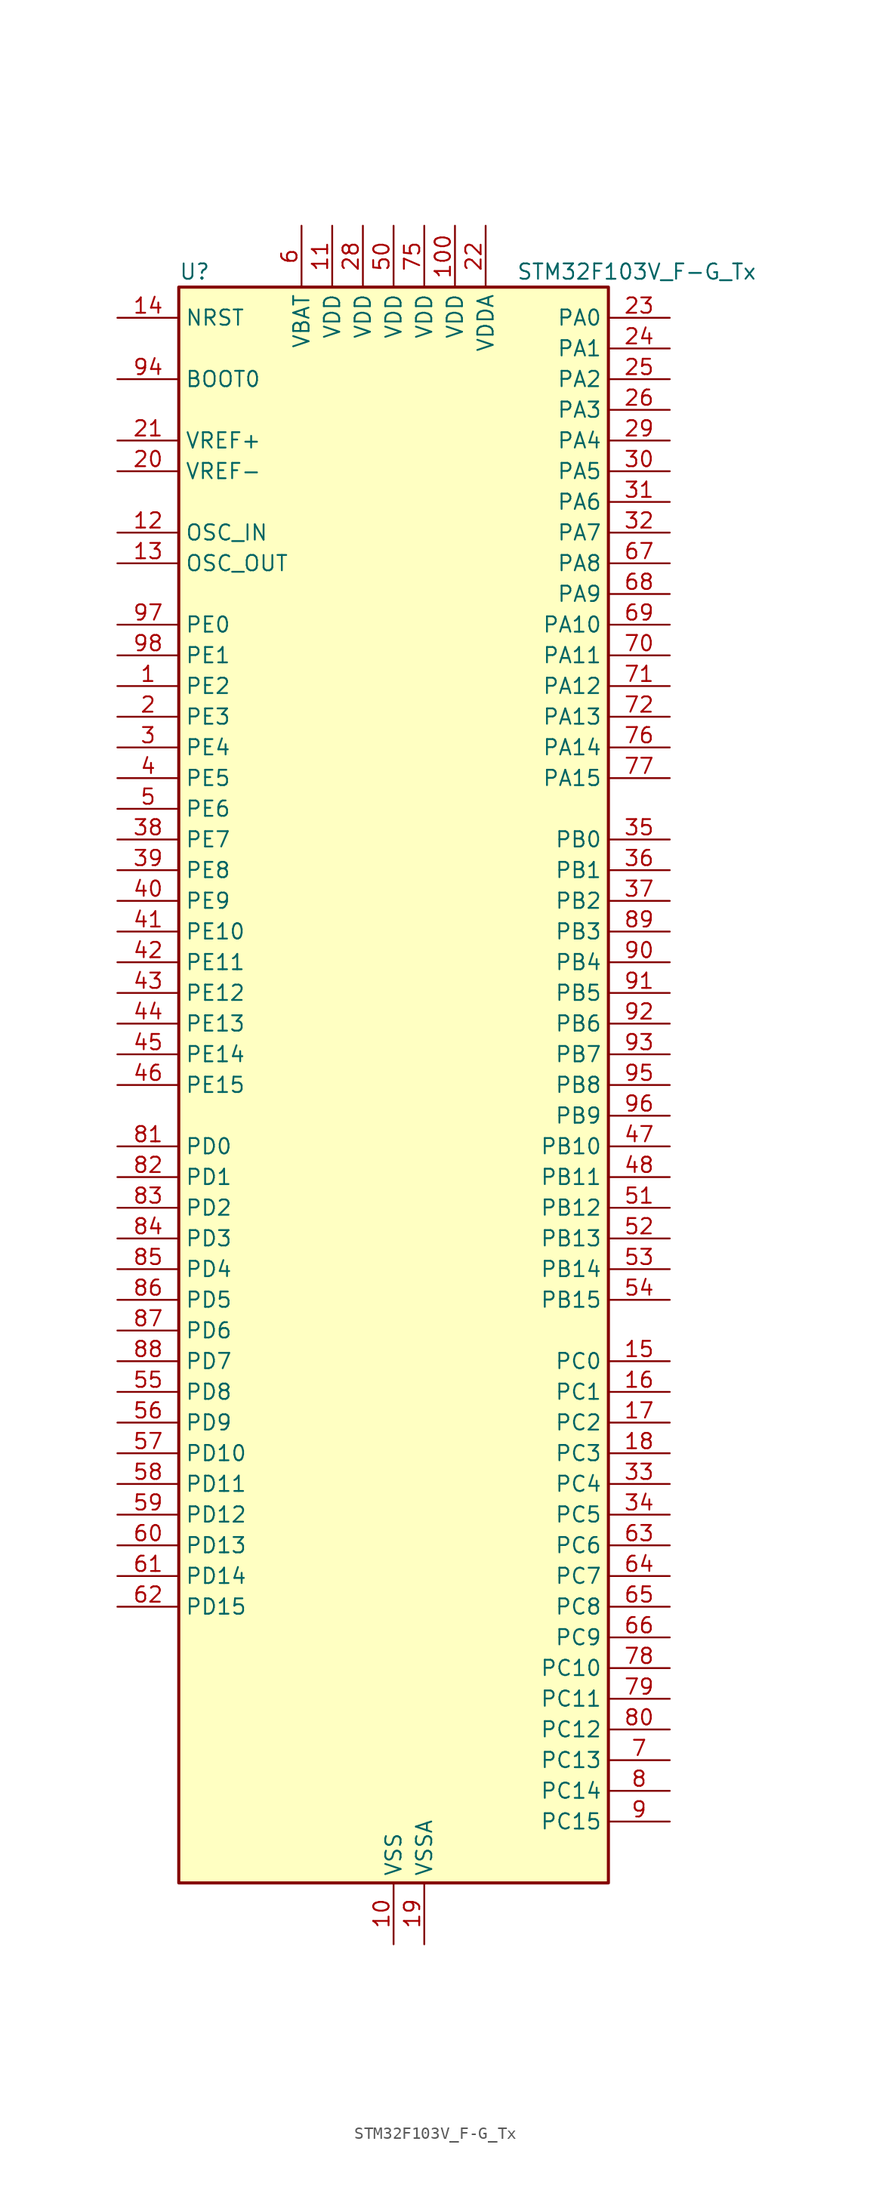
<source format=kicad_sym>
(kicad_symbol_lib
  (version 20220914)
  (generator kicad_symbol_editor)
  (symbol "STM32F103V_F-G_Tx"
    (property "Reference" "U"
      (at -17.78 67.31 0)
      (effects (font (size 1.27 1.27)) (justify left)))
    (property "Value" "STM32F103V_F-G_Tx"
      (at 10.16 67.31 0)
      (effects (font (size 1.27 1.27)) (justify left)))
    (property "ki_locked" ""
      (at 0 0 0)
      (effects (font (size 1.27 1.27))))
    (symbol "STM32F103V_F-G_Tx_0_1"
      (rectangle (start -17.78 -66.04) (end 17.78 66.04) (stroke (width 0.254) (type default)) (fill (type background))))
    (symbol "STM32F103V_F-G_Tx_1_1"
      (pin bidirectional line (at -22.86 33.02 0) (length 5.08) (name "PE2" (effects (font (size 1.27 1.27)))) (number "1" (effects (font (size 1.27 1.27)))) (alternate "FSMC_A23" bidirectional line) (alternate "SYS_TRACECLK" bidirectional line))
      (pin power_in line (at 0 -71.12 90) (length 5.08) (name "VSS" (effects (font (size 1.27 1.27)))) (number "10" (effects (font (size 1.27 1.27)))))
      (pin power_in line (at 5.08 71.12 270) (length 5.08) (name "VDD" (effects (font (size 1.27 1.27)))) (number "100" (effects (font (size 1.27 1.27)))))
      (pin power_in line (at -5.08 71.12 270) (length 5.08) (name "VDD" (effects (font (size 1.27 1.27)))) (number "11" (effects (font (size 1.27 1.27)))))
      (pin input line (at -22.86 45.72 0) (length 5.08) (name "OSC_IN" (effects (font (size 1.27 1.27)))) (number "12" (effects (font (size 1.27 1.27)))) (alternate "RCC_OSC_IN" bidirectional line))
      (pin input line (at -22.86 43.18 0) (length 5.08) (name "OSC_OUT" (effects (font (size 1.27 1.27)))) (number "13" (effects (font (size 1.27 1.27)))) (alternate "RCC_OSC_OUT" bidirectional line))
      (pin input line (at -22.86 63.5 0) (length 5.08) (name "NRST" (effects (font (size 1.27 1.27)))) (number "14" (effects (font (size 1.27 1.27)))))
      (pin bidirectional line (at 22.86 -22.86 180) (length 5.08) (name "PC0" (effects (font (size 1.27 1.27)))) (number "15" (effects (font (size 1.27 1.27)))) (alternate "ADC1_IN10" bidirectional line) (alternate "ADC2_IN10" bidirectional line) (alternate "ADC3_IN10" bidirectional line))
      (pin bidirectional line (at 22.86 -25.4 180) (length 5.08) (name "PC1" (effects (font (size 1.27 1.27)))) (number "16" (effects (font (size 1.27 1.27)))) (alternate "ADC1_IN11" bidirectional line) (alternate "ADC2_IN11" bidirectional line) (alternate "ADC3_IN11" bidirectional line))
      (pin bidirectional line (at 22.86 -27.94 180) (length 5.08) (name "PC2" (effects (font (size 1.27 1.27)))) (number "17" (effects (font (size 1.27 1.27)))) (alternate "ADC1_IN12" bidirectional line) (alternate "ADC2_IN12" bidirectional line) (alternate "ADC3_IN12" bidirectional line))
      (pin bidirectional line (at 22.86 -30.48 180) (length 5.08) (name "PC3" (effects (font (size 1.27 1.27)))) (number "18" (effects (font (size 1.27 1.27)))) (alternate "ADC1_IN13" bidirectional line) (alternate "ADC2_IN13" bidirectional line) (alternate "ADC3_IN13" bidirectional line))
      (pin power_in line (at 2.54 -71.12 90) (length 5.08) (name "VSSA" (effects (font (size 1.27 1.27)))) (number "19" (effects (font (size 1.27 1.27)))))
      (pin bidirectional line (at -22.86 30.48 0) (length 5.08) (name "PE3" (effects (font (size 1.27 1.27)))) (number "2" (effects (font (size 1.27 1.27)))) (alternate "FSMC_A19" bidirectional line) (alternate "SYS_TRACED0" bidirectional line))
      (pin input line (at -22.86 50.8 0) (length 5.08) (name "VREF-" (effects (font (size 1.27 1.27)))) (number "20" (effects (font (size 1.27 1.27)))))
      (pin input line (at -22.86 53.34 0) (length 5.08) (name "VREF+" (effects (font (size 1.27 1.27)))) (number "21" (effects (font (size 1.27 1.27)))))
      (pin power_in line (at 7.62 71.12 270) (length 5.08) (name "VDDA" (effects (font (size 1.27 1.27)))) (number "22" (effects (font (size 1.27 1.27)))))
      (pin bidirectional line (at 22.86 63.5 180) (length 5.08) (name "PA0" (effects (font (size 1.27 1.27)))) (number "23" (effects (font (size 1.27 1.27)))) (alternate "ADC1_IN0" bidirectional line) (alternate "ADC2_IN0" bidirectional line) (alternate "ADC3_IN0" bidirectional line) (alternate "SYS_WKUP" bidirectional line) (alternate "TIM2_CH1" bidirectional line) (alternate "TIM2_ETR" bidirectional line) (alternate "TIM5_CH1" bidirectional line) (alternate "TIM8_ETR" bidirectional line) (alternate "USART2_CTS" bidirectional line))
      (pin bidirectional line (at 22.86 60.96 180) (length 5.08) (name "PA1" (effects (font (size 1.27 1.27)))) (number "24" (effects (font (size 1.27 1.27)))) (alternate "ADC1_IN1" bidirectional line) (alternate "ADC2_IN1" bidirectional line) (alternate "ADC3_IN1" bidirectional line) (alternate "TIM2_CH2" bidirectional line) (alternate "TIM5_CH2" bidirectional line) (alternate "USART2_RTS" bidirectional line))
      (pin bidirectional line (at 22.86 58.42 180) (length 5.08) (name "PA2" (effects (font (size 1.27 1.27)))) (number "25" (effects (font (size 1.27 1.27)))) (alternate "ADC1_IN2" bidirectional line) (alternate "ADC2_IN2" bidirectional line) (alternate "ADC3_IN2" bidirectional line) (alternate "TIM2_CH3" bidirectional line) (alternate "TIM5_CH3" bidirectional line) (alternate "TIM9_CH1" bidirectional line) (alternate "USART2_TX" bidirectional line))
      (pin bidirectional line (at 22.86 55.88 180) (length 5.08) (name "PA3" (effects (font (size 1.27 1.27)))) (number "26" (effects (font (size 1.27 1.27)))) (alternate "ADC1_IN3" bidirectional line) (alternate "ADC2_IN3" bidirectional line) (alternate "ADC3_IN3" bidirectional line) (alternate "TIM2_CH4" bidirectional line) (alternate "TIM5_CH4" bidirectional line) (alternate "TIM9_CH2" bidirectional line) (alternate "USART2_RX" bidirectional line))
      (pin passive line (at 0 -71.12 90) (length 5.08) hide (name "VSS" (effects (font (size 1.27 1.27)))) (number "27" (effects (font (size 1.27 1.27)))))
      (pin power_in line (at -2.54 71.12 270) (length 5.08) (name "VDD" (effects (font (size 1.27 1.27)))) (number "28" (effects (font (size 1.27 1.27)))))
      (pin bidirectional line (at 22.86 53.34 180) (length 5.08) (name "PA4" (effects (font (size 1.27 1.27)))) (number "29" (effects (font (size 1.27 1.27)))) (alternate "ADC1_IN4" bidirectional line) (alternate "ADC2_IN4" bidirectional line) (alternate "DAC_OUT1" bidirectional line) (alternate "SPI1_NSS" bidirectional line) (alternate "USART2_CK" bidirectional line))
      (pin bidirectional line (at -22.86 27.94 0) (length 5.08) (name "PE4" (effects (font (size 1.27 1.27)))) (number "3" (effects (font (size 1.27 1.27)))) (alternate "FSMC_A20" bidirectional line) (alternate "SYS_TRACED1" bidirectional line))
      (pin bidirectional line (at 22.86 50.8 180) (length 5.08) (name "PA5" (effects (font (size 1.27 1.27)))) (number "30" (effects (font (size 1.27 1.27)))) (alternate "ADC1_IN5" bidirectional line) (alternate "ADC2_IN5" bidirectional line) (alternate "DAC_OUT2" bidirectional line) (alternate "SPI1_SCK" bidirectional line))
      (pin bidirectional line (at 22.86 48.26 180) (length 5.08) (name "PA6" (effects (font (size 1.27 1.27)))) (number "31" (effects (font (size 1.27 1.27)))) (alternate "ADC1_IN6" bidirectional line) (alternate "ADC2_IN6" bidirectional line) (alternate "SPI1_MISO" bidirectional line) (alternate "TIM13_CH1" bidirectional line) (alternate "TIM1_BKIN" bidirectional line) (alternate "TIM3_CH1" bidirectional line) (alternate "TIM8_BKIN" bidirectional line))
      (pin bidirectional line (at 22.86 45.72 180) (length 5.08) (name "PA7" (effects (font (size 1.27 1.27)))) (number "32" (effects (font (size 1.27 1.27)))) (alternate "ADC1_IN7" bidirectional line) (alternate "ADC2_IN7" bidirectional line) (alternate "SPI1_MOSI" bidirectional line) (alternate "TIM14_CH1" bidirectional line) (alternate "TIM1_CH1N" bidirectional line) (alternate "TIM3_CH2" bidirectional line) (alternate "TIM8_CH1N" bidirectional line))
      (pin bidirectional line (at 22.86 -33.02 180) (length 5.08) (name "PC4" (effects (font (size 1.27 1.27)))) (number "33" (effects (font (size 1.27 1.27)))) (alternate "ADC1_IN14" bidirectional line) (alternate "ADC2_IN14" bidirectional line))
      (pin bidirectional line (at 22.86 -35.56 180) (length 5.08) (name "PC5" (effects (font (size 1.27 1.27)))) (number "34" (effects (font (size 1.27 1.27)))) (alternate "ADC1_IN15" bidirectional line) (alternate "ADC2_IN15" bidirectional line))
      (pin bidirectional line (at 22.86 20.32 180) (length 5.08) (name "PB0" (effects (font (size 1.27 1.27)))) (number "35" (effects (font (size 1.27 1.27)))) (alternate "ADC1_IN8" bidirectional line) (alternate "ADC2_IN8" bidirectional line) (alternate "TIM1_CH2N" bidirectional line) (alternate "TIM3_CH3" bidirectional line) (alternate "TIM8_CH2N" bidirectional line))
      (pin bidirectional line (at 22.86 17.78 180) (length 5.08) (name "PB1" (effects (font (size 1.27 1.27)))) (number "36" (effects (font (size 1.27 1.27)))) (alternate "ADC1_IN9" bidirectional line) (alternate "ADC2_IN9" bidirectional line) (alternate "TIM1_CH3N" bidirectional line) (alternate "TIM3_CH4" bidirectional line) (alternate "TIM8_CH3N" bidirectional line))
      (pin bidirectional line (at 22.86 15.24 180) (length 5.08) (name "PB2" (effects (font (size 1.27 1.27)))) (number "37" (effects (font (size 1.27 1.27)))))
      (pin bidirectional line (at -22.86 20.32 0) (length 5.08) (name "PE7" (effects (font (size 1.27 1.27)))) (number "38" (effects (font (size 1.27 1.27)))) (alternate "FSMC_D4" bidirectional line) (alternate "FSMC_DA4" bidirectional line) (alternate "TIM1_ETR" bidirectional line))
      (pin bidirectional line (at -22.86 17.78 0) (length 5.08) (name "PE8" (effects (font (size 1.27 1.27)))) (number "39" (effects (font (size 1.27 1.27)))) (alternate "FSMC_D5" bidirectional line) (alternate "FSMC_DA5" bidirectional line) (alternate "TIM1_CH1N" bidirectional line))
      (pin bidirectional line (at -22.86 25.4 0) (length 5.08) (name "PE5" (effects (font (size 1.27 1.27)))) (number "4" (effects (font (size 1.27 1.27)))) (alternate "FSMC_A21" bidirectional line) (alternate "SYS_TRACED2" bidirectional line) (alternate "TIM9_CH1" bidirectional line))
      (pin bidirectional line (at -22.86 15.24 0) (length 5.08) (name "PE9" (effects (font (size 1.27 1.27)))) (number "40" (effects (font (size 1.27 1.27)))) (alternate "DAC_EXTI9" bidirectional line) (alternate "FSMC_D6" bidirectional line) (alternate "FSMC_DA6" bidirectional line) (alternate "TIM1_CH1" bidirectional line))
      (pin bidirectional line (at -22.86 12.7 0) (length 5.08) (name "PE10" (effects (font (size 1.27 1.27)))) (number "41" (effects (font (size 1.27 1.27)))) (alternate "FSMC_D7" bidirectional line) (alternate "FSMC_DA7" bidirectional line) (alternate "TIM1_CH2N" bidirectional line))
      (pin bidirectional line (at -22.86 10.16 0) (length 5.08) (name "PE11" (effects (font (size 1.27 1.27)))) (number "42" (effects (font (size 1.27 1.27)))) (alternate "ADC1_EXTI11" bidirectional line) (alternate "ADC2_EXTI11" bidirectional line) (alternate "FSMC_D8" bidirectional line) (alternate "FSMC_DA8" bidirectional line) (alternate "TIM1_CH2" bidirectional line))
      (pin bidirectional line (at -22.86 7.62 0) (length 5.08) (name "PE12" (effects (font (size 1.27 1.27)))) (number "43" (effects (font (size 1.27 1.27)))) (alternate "FSMC_D9" bidirectional line) (alternate "FSMC_DA9" bidirectional line) (alternate "TIM1_CH3N" bidirectional line))
      (pin bidirectional line (at -22.86 5.08 0) (length 5.08) (name "PE13" (effects (font (size 1.27 1.27)))) (number "44" (effects (font (size 1.27 1.27)))) (alternate "FSMC_D10" bidirectional line) (alternate "FSMC_DA10" bidirectional line) (alternate "TIM1_CH3" bidirectional line))
      (pin bidirectional line (at -22.86 2.54 0) (length 5.08) (name "PE14" (effects (font (size 1.27 1.27)))) (number "45" (effects (font (size 1.27 1.27)))) (alternate "FSMC_D11" bidirectional line) (alternate "FSMC_DA11" bidirectional line) (alternate "TIM1_CH4" bidirectional line))
      (pin bidirectional line (at -22.86 0 0) (length 5.08) (name "PE15" (effects (font (size 1.27 1.27)))) (number "46" (effects (font (size 1.27 1.27)))) (alternate "ADC1_EXTI15" bidirectional line) (alternate "ADC2_EXTI15" bidirectional line) (alternate "FSMC_D12" bidirectional line) (alternate "FSMC_DA12" bidirectional line) (alternate "TIM1_BKIN" bidirectional line))
      (pin bidirectional line (at 22.86 -5.08 180) (length 5.08) (name "PB10" (effects (font (size 1.27 1.27)))) (number "47" (effects (font (size 1.27 1.27)))) (alternate "I2C2_SCL" bidirectional line) (alternate "TIM2_CH3" bidirectional line) (alternate "USART3_TX" bidirectional line))
      (pin bidirectional line (at 22.86 -7.62 180) (length 5.08) (name "PB11" (effects (font (size 1.27 1.27)))) (number "48" (effects (font (size 1.27 1.27)))) (alternate "ADC1_EXTI11" bidirectional line) (alternate "ADC2_EXTI11" bidirectional line) (alternate "I2C2_SDA" bidirectional line) (alternate "TIM2_CH4" bidirectional line) (alternate "USART3_RX" bidirectional line))
      (pin passive line (at 0 -71.12 90) (length 5.08) hide (name "VSS" (effects (font (size 1.27 1.27)))) (number "49" (effects (font (size 1.27 1.27)))))
      (pin bidirectional line (at -22.86 22.86 0) (length 5.08) (name "PE6" (effects (font (size 1.27 1.27)))) (number "5" (effects (font (size 1.27 1.27)))) (alternate "FSMC_A22" bidirectional line) (alternate "SYS_TRACED3" bidirectional line) (alternate "TIM9_CH2" bidirectional line))
      (pin power_in line (at 0 71.12 270) (length 5.08) (name "VDD" (effects (font (size 1.27 1.27)))) (number "50" (effects (font (size 1.27 1.27)))))
      (pin bidirectional line (at 22.86 -10.16 180) (length 5.08) (name "PB12" (effects (font (size 1.27 1.27)))) (number "51" (effects (font (size 1.27 1.27)))) (alternate "I2C2_SMBA" bidirectional line) (alternate "I2S2_WS" bidirectional line) (alternate "SPI2_NSS" bidirectional line) (alternate "TIM1_BKIN" bidirectional line) (alternate "USART3_CK" bidirectional line))
      (pin bidirectional line (at 22.86 -12.7 180) (length 5.08) (name "PB13" (effects (font (size 1.27 1.27)))) (number "52" (effects (font (size 1.27 1.27)))) (alternate "I2S2_CK" bidirectional line) (alternate "SPI2_SCK" bidirectional line) (alternate "TIM1_CH1N" bidirectional line) (alternate "USART3_CTS" bidirectional line))
      (pin bidirectional line (at 22.86 -15.24 180) (length 5.08) (name "PB14" (effects (font (size 1.27 1.27)))) (number "53" (effects (font (size 1.27 1.27)))) (alternate "SPI2_MISO" bidirectional line) (alternate "TIM12_CH1" bidirectional line) (alternate "TIM1_CH2N" bidirectional line) (alternate "USART3_RTS" bidirectional line))
      (pin bidirectional line (at 22.86 -17.78 180) (length 5.08) (name "PB15" (effects (font (size 1.27 1.27)))) (number "54" (effects (font (size 1.27 1.27)))) (alternate "ADC1_EXTI15" bidirectional line) (alternate "ADC2_EXTI15" bidirectional line) (alternate "I2S2_SD" bidirectional line) (alternate "SPI2_MOSI" bidirectional line) (alternate "TIM12_CH2" bidirectional line) (alternate "TIM1_CH3N" bidirectional line))
      (pin bidirectional line (at -22.86 -25.4 0) (length 5.08) (name "PD8" (effects (font (size 1.27 1.27)))) (number "55" (effects (font (size 1.27 1.27)))) (alternate "FSMC_D13" bidirectional line) (alternate "FSMC_DA13" bidirectional line) (alternate "USART3_TX" bidirectional line))
      (pin bidirectional line (at -22.86 -27.94 0) (length 5.08) (name "PD9" (effects (font (size 1.27 1.27)))) (number "56" (effects (font (size 1.27 1.27)))) (alternate "DAC_EXTI9" bidirectional line) (alternate "FSMC_D14" bidirectional line) (alternate "FSMC_DA14" bidirectional line) (alternate "USART3_RX" bidirectional line))
      (pin bidirectional line (at -22.86 -30.48 0) (length 5.08) (name "PD10" (effects (font (size 1.27 1.27)))) (number "57" (effects (font (size 1.27 1.27)))) (alternate "FSMC_D15" bidirectional line) (alternate "FSMC_DA15" bidirectional line) (alternate "USART3_CK" bidirectional line))
      (pin bidirectional line (at -22.86 -33.02 0) (length 5.08) (name "PD11" (effects (font (size 1.27 1.27)))) (number "58" (effects (font (size 1.27 1.27)))) (alternate "ADC1_EXTI11" bidirectional line) (alternate "ADC2_EXTI11" bidirectional line) (alternate "FSMC_A16" bidirectional line) (alternate "FSMC_CLE" bidirectional line) (alternate "USART3_CTS" bidirectional line))
      (pin bidirectional line (at -22.86 -35.56 0) (length 5.08) (name "PD12" (effects (font (size 1.27 1.27)))) (number "59" (effects (font (size 1.27 1.27)))) (alternate "FSMC_A17" bidirectional line) (alternate "FSMC_ALE" bidirectional line) (alternate "TIM4_CH1" bidirectional line) (alternate "USART3_RTS" bidirectional line))
      (pin power_in line (at -7.62 71.12 270) (length 5.08) (name "VBAT" (effects (font (size 1.27 1.27)))) (number "6" (effects (font (size 1.27 1.27)))))
      (pin bidirectional line (at -22.86 -38.1 0) (length 5.08) (name "PD13" (effects (font (size 1.27 1.27)))) (number "60" (effects (font (size 1.27 1.27)))) (alternate "FSMC_A18" bidirectional line) (alternate "TIM4_CH2" bidirectional line))
      (pin bidirectional line (at -22.86 -40.64 0) (length 5.08) (name "PD14" (effects (font (size 1.27 1.27)))) (number "61" (effects (font (size 1.27 1.27)))) (alternate "FSMC_D0" bidirectional line) (alternate "FSMC_DA0" bidirectional line) (alternate "TIM4_CH3" bidirectional line))
      (pin bidirectional line (at -22.86 -43.18 0) (length 5.08) (name "PD15" (effects (font (size 1.27 1.27)))) (number "62" (effects (font (size 1.27 1.27)))) (alternate "ADC1_EXTI15" bidirectional line) (alternate "ADC2_EXTI15" bidirectional line) (alternate "FSMC_D1" bidirectional line) (alternate "FSMC_DA1" bidirectional line) (alternate "TIM4_CH4" bidirectional line))
      (pin bidirectional line (at 22.86 -38.1 180) (length 5.08) (name "PC6" (effects (font (size 1.27 1.27)))) (number "63" (effects (font (size 1.27 1.27)))) (alternate "I2S2_MCK" bidirectional line) (alternate "SDIO_D6" bidirectional line) (alternate "TIM3_CH1" bidirectional line) (alternate "TIM8_CH1" bidirectional line))
      (pin bidirectional line (at 22.86 -40.64 180) (length 5.08) (name "PC7" (effects (font (size 1.27 1.27)))) (number "64" (effects (font (size 1.27 1.27)))) (alternate "I2S3_MCK" bidirectional line) (alternate "SDIO_D7" bidirectional line) (alternate "TIM3_CH2" bidirectional line) (alternate "TIM8_CH2" bidirectional line))
      (pin bidirectional line (at 22.86 -43.18 180) (length 5.08) (name "PC8" (effects (font (size 1.27 1.27)))) (number "65" (effects (font (size 1.27 1.27)))) (alternate "SDIO_D0" bidirectional line) (alternate "TIM3_CH3" bidirectional line) (alternate "TIM8_CH3" bidirectional line))
      (pin bidirectional line (at 22.86 -45.72 180) (length 5.08) (name "PC9" (effects (font (size 1.27 1.27)))) (number "66" (effects (font (size 1.27 1.27)))) (alternate "DAC_EXTI9" bidirectional line) (alternate "SDIO_D1" bidirectional line) (alternate "TIM3_CH4" bidirectional line) (alternate "TIM8_CH4" bidirectional line))
      (pin bidirectional line (at 22.86 43.18 180) (length 5.08) (name "PA8" (effects (font (size 1.27 1.27)))) (number "67" (effects (font (size 1.27 1.27)))) (alternate "RCC_MCO" bidirectional line) (alternate "TIM1_CH1" bidirectional line) (alternate "USART1_CK" bidirectional line))
      (pin bidirectional line (at 22.86 40.64 180) (length 5.08) (name "PA9" (effects (font (size 1.27 1.27)))) (number "68" (effects (font (size 1.27 1.27)))) (alternate "DAC_EXTI9" bidirectional line) (alternate "TIM1_CH2" bidirectional line) (alternate "USART1_TX" bidirectional line))
      (pin bidirectional line (at 22.86 38.1 180) (length 5.08) (name "PA10" (effects (font (size 1.27 1.27)))) (number "69" (effects (font (size 1.27 1.27)))) (alternate "TIM1_CH3" bidirectional line) (alternate "USART1_RX" bidirectional line))
      (pin bidirectional line (at 22.86 -55.88 180) (length 5.08) (name "PC13" (effects (font (size 1.27 1.27)))) (number "7" (effects (font (size 1.27 1.27)))) (alternate "RTC_OUT" bidirectional line) (alternate "RTC_TAMPER" bidirectional line))
      (pin bidirectional line (at 22.86 35.56 180) (length 5.08) (name "PA11" (effects (font (size 1.27 1.27)))) (number "70" (effects (font (size 1.27 1.27)))) (alternate "ADC1_EXTI11" bidirectional line) (alternate "ADC2_EXTI11" bidirectional line) (alternate "CAN_RX" bidirectional line) (alternate "TIM1_CH4" bidirectional line) (alternate "USART1_CTS" bidirectional line) (alternate "USB_DM" bidirectional line))
      (pin bidirectional line (at 22.86 33.02 180) (length 5.08) (name "PA12" (effects (font (size 1.27 1.27)))) (number "71" (effects (font (size 1.27 1.27)))) (alternate "CAN_TX" bidirectional line) (alternate "TIM1_ETR" bidirectional line) (alternate "USART1_RTS" bidirectional line) (alternate "USB_DP" bidirectional line))
      (pin bidirectional line (at 22.86 30.48 180) (length 5.08) (name "PA13" (effects (font (size 1.27 1.27)))) (number "72" (effects (font (size 1.27 1.27)))) (alternate "SYS_JTMS-SWDIO" bidirectional line))
      (pin no_connect line (at -17.78 -66.04 0) (length 5.08) hide (name "NC" (effects (font (size 1.27 1.27)))) (number "73" (effects (font (size 1.27 1.27)))))
      (pin passive line (at 0 -71.12 90) (length 5.08) hide (name "VSS" (effects (font (size 1.27 1.27)))) (number "74" (effects (font (size 1.27 1.27)))))
      (pin power_in line (at 2.54 71.12 270) (length 5.08) (name "VDD" (effects (font (size 1.27 1.27)))) (number "75" (effects (font (size 1.27 1.27)))))
      (pin bidirectional line (at 22.86 27.94 180) (length 5.08) (name "PA14" (effects (font (size 1.27 1.27)))) (number "76" (effects (font (size 1.27 1.27)))) (alternate "SYS_JTCK-SWCLK" bidirectional line))
      (pin bidirectional line (at 22.86 25.4 180) (length 5.08) (name "PA15" (effects (font (size 1.27 1.27)))) (number "77" (effects (font (size 1.27 1.27)))) (alternate "ADC1_EXTI15" bidirectional line) (alternate "ADC2_EXTI15" bidirectional line) (alternate "I2S3_WS" bidirectional line) (alternate "SPI1_NSS" bidirectional line) (alternate "SPI3_NSS" bidirectional line) (alternate "SYS_JTDI" bidirectional line) (alternate "TIM2_CH1" bidirectional line) (alternate "TIM2_ETR" bidirectional line))
      (pin bidirectional line (at 22.86 -48.26 180) (length 5.08) (name "PC10" (effects (font (size 1.27 1.27)))) (number "78" (effects (font (size 1.27 1.27)))) (alternate "SDIO_D2" bidirectional line) (alternate "UART4_TX" bidirectional line) (alternate "USART3_TX" bidirectional line))
      (pin bidirectional line (at 22.86 -50.8 180) (length 5.08) (name "PC11" (effects (font (size 1.27 1.27)))) (number "79" (effects (font (size 1.27 1.27)))) (alternate "ADC1_EXTI11" bidirectional line) (alternate "ADC2_EXTI11" bidirectional line) (alternate "SDIO_D3" bidirectional line) (alternate "UART4_RX" bidirectional line) (alternate "USART3_RX" bidirectional line))
      (pin bidirectional line (at 22.86 -58.42 180) (length 5.08) (name "PC14" (effects (font (size 1.27 1.27)))) (number "8" (effects (font (size 1.27 1.27)))) (alternate "RCC_OSC32_IN" bidirectional line))
      (pin bidirectional line (at 22.86 -53.34 180) (length 5.08) (name "PC12" (effects (font (size 1.27 1.27)))) (number "80" (effects (font (size 1.27 1.27)))) (alternate "SDIO_CK" bidirectional line) (alternate "UART5_TX" bidirectional line) (alternate "USART3_CK" bidirectional line))
      (pin bidirectional line (at -22.86 -5.08 0) (length 5.08) (name "PD0" (effects (font (size 1.27 1.27)))) (number "81" (effects (font (size 1.27 1.27)))) (alternate "CAN_RX" bidirectional line) (alternate "FSMC_D2" bidirectional line) (alternate "FSMC_DA2" bidirectional line))
      (pin bidirectional line (at -22.86 -7.62 0) (length 5.08) (name "PD1" (effects (font (size 1.27 1.27)))) (number "82" (effects (font (size 1.27 1.27)))) (alternate "CAN_TX" bidirectional line) (alternate "FSMC_D3" bidirectional line) (alternate "FSMC_DA3" bidirectional line))
      (pin bidirectional line (at -22.86 -10.16 0) (length 5.08) (name "PD2" (effects (font (size 1.27 1.27)))) (number "83" (effects (font (size 1.27 1.27)))) (alternate "SDIO_CMD" bidirectional line) (alternate "TIM3_ETR" bidirectional line) (alternate "UART5_RX" bidirectional line))
      (pin bidirectional line (at -22.86 -12.7 0) (length 5.08) (name "PD3" (effects (font (size 1.27 1.27)))) (number "84" (effects (font (size 1.27 1.27)))) (alternate "FSMC_CLK" bidirectional line) (alternate "USART2_CTS" bidirectional line))
      (pin bidirectional line (at -22.86 -15.24 0) (length 5.08) (name "PD4" (effects (font (size 1.27 1.27)))) (number "85" (effects (font (size 1.27 1.27)))) (alternate "FSMC_NOE" bidirectional line) (alternate "USART2_RTS" bidirectional line))
      (pin bidirectional line (at -22.86 -17.78 0) (length 5.08) (name "PD5" (effects (font (size 1.27 1.27)))) (number "86" (effects (font (size 1.27 1.27)))) (alternate "FSMC_NWE" bidirectional line) (alternate "USART2_TX" bidirectional line))
      (pin bidirectional line (at -22.86 -20.32 0) (length 5.08) (name "PD6" (effects (font (size 1.27 1.27)))) (number "87" (effects (font (size 1.27 1.27)))) (alternate "FSMC_NWAIT" bidirectional line) (alternate "USART2_RX" bidirectional line))
      (pin bidirectional line (at -22.86 -22.86 0) (length 5.08) (name "PD7" (effects (font (size 1.27 1.27)))) (number "88" (effects (font (size 1.27 1.27)))) (alternate "FSMC_NCE2" bidirectional line) (alternate "FSMC_NE1" bidirectional line) (alternate "USART2_CK" bidirectional line))
      (pin bidirectional line (at 22.86 12.7 180) (length 5.08) (name "PB3" (effects (font (size 1.27 1.27)))) (number "89" (effects (font (size 1.27 1.27)))) (alternate "I2S3_CK" bidirectional line) (alternate "SPI1_SCK" bidirectional line) (alternate "SPI3_SCK" bidirectional line) (alternate "SYS_JTDO-TRACESWO" bidirectional line) (alternate "TIM2_CH2" bidirectional line))
      (pin bidirectional line (at 22.86 -60.96 180) (length 5.08) (name "PC15" (effects (font (size 1.27 1.27)))) (number "9" (effects (font (size 1.27 1.27)))) (alternate "ADC1_EXTI15" bidirectional line) (alternate "ADC2_EXTI15" bidirectional line) (alternate "RCC_OSC32_OUT" bidirectional line))
      (pin bidirectional line (at 22.86 10.16 180) (length 5.08) (name "PB4" (effects (font (size 1.27 1.27)))) (number "90" (effects (font (size 1.27 1.27)))) (alternate "SPI1_MISO" bidirectional line) (alternate "SPI3_MISO" bidirectional line) (alternate "SYS_NJTRST" bidirectional line) (alternate "TIM3_CH1" bidirectional line))
      (pin bidirectional line (at 22.86 7.62 180) (length 5.08) (name "PB5" (effects (font (size 1.27 1.27)))) (number "91" (effects (font (size 1.27 1.27)))) (alternate "I2C1_SMBA" bidirectional line) (alternate "I2S3_SD" bidirectional line) (alternate "SPI1_MOSI" bidirectional line) (alternate "SPI3_MOSI" bidirectional line) (alternate "TIM3_CH2" bidirectional line))
      (pin bidirectional line (at 22.86 5.08 180) (length 5.08) (name "PB6" (effects (font (size 1.27 1.27)))) (number "92" (effects (font (size 1.27 1.27)))) (alternate "I2C1_SCL" bidirectional line) (alternate "TIM4_CH1" bidirectional line) (alternate "USART1_TX" bidirectional line))
      (pin bidirectional line (at 22.86 2.54 180) (length 5.08) (name "PB7" (effects (font (size 1.27 1.27)))) (number "93" (effects (font (size 1.27 1.27)))) (alternate "FSMC_NL" bidirectional line) (alternate "I2C1_SDA" bidirectional line) (alternate "TIM4_CH2" bidirectional line) (alternate "USART1_RX" bidirectional line))
      (pin input line (at -22.86 58.42 0) (length 5.08) (name "BOOT0" (effects (font (size 1.27 1.27)))) (number "94" (effects (font (size 1.27 1.27)))))
      (pin bidirectional line (at 22.86 0 180) (length 5.08) (name "PB8" (effects (font (size 1.27 1.27)))) (number "95" (effects (font (size 1.27 1.27)))) (alternate "CAN_RX" bidirectional line) (alternate "I2C1_SCL" bidirectional line) (alternate "SDIO_D4" bidirectional line) (alternate "TIM10_CH1" bidirectional line) (alternate "TIM4_CH3" bidirectional line))
      (pin bidirectional line (at 22.86 -2.54 180) (length 5.08) (name "PB9" (effects (font (size 1.27 1.27)))) (number "96" (effects (font (size 1.27 1.27)))) (alternate "CAN_TX" bidirectional line) (alternate "DAC_EXTI9" bidirectional line) (alternate "I2C1_SDA" bidirectional line) (alternate "SDIO_D5" bidirectional line) (alternate "TIM11_CH1" bidirectional line) (alternate "TIM4_CH4" bidirectional line))
      (pin bidirectional line (at -22.86 38.1 0) (length 5.08) (name "PE0" (effects (font (size 1.27 1.27)))) (number "97" (effects (font (size 1.27 1.27)))) (alternate "FSMC_NBL0" bidirectional line) (alternate "TIM4_ETR" bidirectional line))
      (pin bidirectional line (at -22.86 35.56 0) (length 5.08) (name "PE1" (effects (font (size 1.27 1.27)))) (number "98" (effects (font (size 1.27 1.27)))) (alternate "FSMC_NBL1" bidirectional line))
      (pin passive line (at 0 -71.12 90) (length 5.08) hide (name "VSS" (effects (font (size 1.27 1.27)))) (number "99" (effects (font (size 1.27 1.27))))))))
</source>
